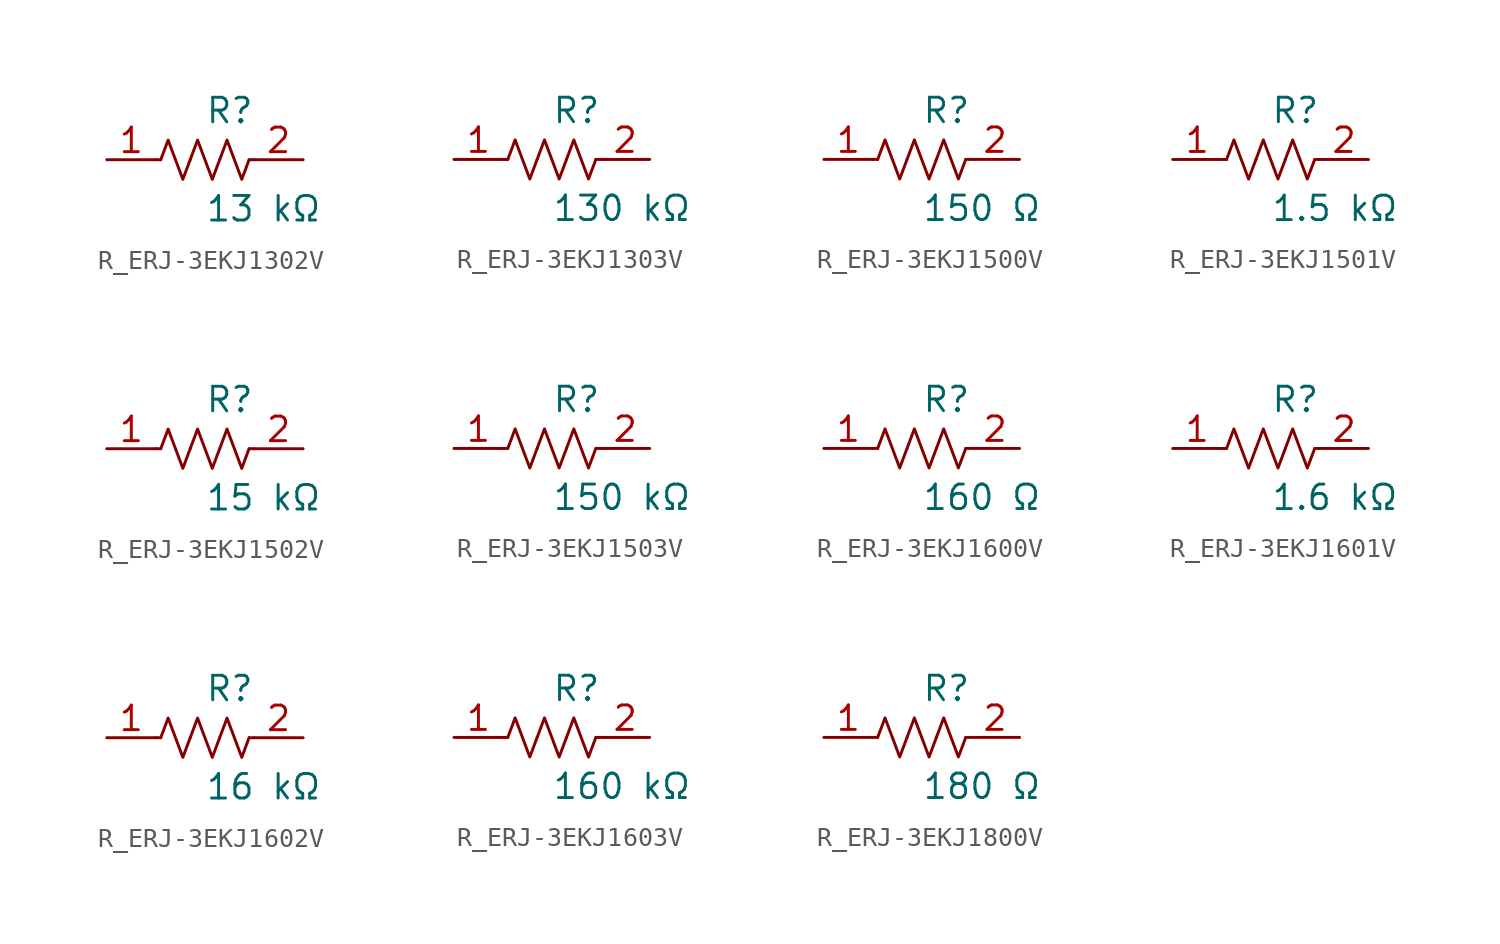
<source format=kicad_sym>
(kicad_symbol_lib
  (version 20231120)
  (generator kicad_symbol_editor)
  (generator_version 8.0)
  (symbol "R_ERJ-3EKJ1302V"
    (pin_names
      (offset 0.254))
    (property "Reference" "R"
      (at 0.0 2.54 0)
      (effects (font (size 1.27 1.27)) (justify left)))
    (property "Value" "13 kΩ"
      (at 0.0 -2.54 0)
      (effects (font (size 1.27 1.27)) (justify left)))
    (symbol "R_ERJ-3EKJ1302V_0_1"
      (polyline (pts (xy 2.286 0) (xy 2.54 0)) (stroke (width 0) (type default)) (fill (type none)))
      (polyline (pts (xy -2.286 0) (xy -2.54 0)) (stroke (width 0) (type default)) (fill (type none)))
      (polyline (pts (xy 0.762 0) (xy 1.143 1.016) (xy 1.524 0) (xy 1.905 -1.016) (xy 2.286 0)) (stroke (width 0) (type default)) (fill (type none)))
      (polyline (pts (xy -0.762 0) (xy -0.381 1.016) (xy 0 0) (xy 0.381 -1.016) (xy 0.762 0)) (stroke (width 0) (type default)) (fill (type none)))
      (polyline (pts (xy -2.286 0) (xy -1.905 1.016) (xy -1.524 0) (xy -1.143 -1.016) (xy -0.762 0)) (stroke (width 0) (type default)) (fill (type none))))
    (pin unspecified line
      (at -5.08 0 0)
      (length 2.54)
      (name "" (effects (font (size 1.27 1.27))))
      (number "1" (effects (font (size 1.27 1.27)))))
    (pin unspecified line
      (at 5.08 0 180)
      (length 2.54)
      (name "" (effects (font (size 1.27 1.27))))
      (number "2" (effects (font (size 1.27 1.27))))))
  (symbol "R_ERJ-3EKJ1303V"
    (pin_names
      (offset 0.254))
    (property "Reference" "R"
      (at 0.0 2.54 0)
      (effects (font (size 1.27 1.27)) (justify left)))
    (property "Value" "130 kΩ"
      (at 0.0 -2.54 0)
      (effects (font (size 1.27 1.27)) (justify left)))
    (symbol "R_ERJ-3EKJ1303V_0_1"
      (polyline (pts (xy 2.286 0) (xy 2.54 0)) (stroke (width 0) (type default)) (fill (type none)))
      (polyline (pts (xy -2.286 0) (xy -2.54 0)) (stroke (width 0) (type default)) (fill (type none)))
      (polyline (pts (xy 0.762 0) (xy 1.143 1.016) (xy 1.524 0) (xy 1.905 -1.016) (xy 2.286 0)) (stroke (width 0) (type default)) (fill (type none)))
      (polyline (pts (xy -0.762 0) (xy -0.381 1.016) (xy 0 0) (xy 0.381 -1.016) (xy 0.762 0)) (stroke (width 0) (type default)) (fill (type none)))
      (polyline (pts (xy -2.286 0) (xy -1.905 1.016) (xy -1.524 0) (xy -1.143 -1.016) (xy -0.762 0)) (stroke (width 0) (type default)) (fill (type none))))
    (pin unspecified line
      (at -5.08 0 0)
      (length 2.54)
      (name "" (effects (font (size 1.27 1.27))))
      (number "1" (effects (font (size 1.27 1.27)))))
    (pin unspecified line
      (at 5.08 0 180)
      (length 2.54)
      (name "" (effects (font (size 1.27 1.27))))
      (number "2" (effects (font (size 1.27 1.27))))))
  (symbol "R_ERJ-3EKJ1500V"
    (pin_names
      (offset 0.254))
    (property "Reference" "R"
      (at 0.0 2.54 0)
      (effects (font (size 1.27 1.27)) (justify left)))
    (property "Value" "150 Ω"
      (at 0.0 -2.54 0)
      (effects (font (size 1.27 1.27)) (justify left)))
    (symbol "R_ERJ-3EKJ1500V_0_1"
      (polyline (pts (xy 2.286 0) (xy 2.54 0)) (stroke (width 0) (type default)) (fill (type none)))
      (polyline (pts (xy -2.286 0) (xy -2.54 0)) (stroke (width 0) (type default)) (fill (type none)))
      (polyline (pts (xy 0.762 0) (xy 1.143 1.016) (xy 1.524 0) (xy 1.905 -1.016) (xy 2.286 0)) (stroke (width 0) (type default)) (fill (type none)))
      (polyline (pts (xy -0.762 0) (xy -0.381 1.016) (xy 0 0) (xy 0.381 -1.016) (xy 0.762 0)) (stroke (width 0) (type default)) (fill (type none)))
      (polyline (pts (xy -2.286 0) (xy -1.905 1.016) (xy -1.524 0) (xy -1.143 -1.016) (xy -0.762 0)) (stroke (width 0) (type default)) (fill (type none))))
    (pin unspecified line
      (at -5.08 0 0)
      (length 2.54)
      (name "" (effects (font (size 1.27 1.27))))
      (number "1" (effects (font (size 1.27 1.27)))))
    (pin unspecified line
      (at 5.08 0 180)
      (length 2.54)
      (name "" (effects (font (size 1.27 1.27))))
      (number "2" (effects (font (size 1.27 1.27))))))
  (symbol "R_ERJ-3EKJ1501V"
    (pin_names
      (offset 0.254))
    (property "Reference" "R"
      (at 0.0 2.54 0)
      (effects (font (size 1.27 1.27)) (justify left)))
    (property "Value" "1.5 kΩ"
      (at 0.0 -2.54 0)
      (effects (font (size 1.27 1.27)) (justify left)))
    (symbol "R_ERJ-3EKJ1501V_0_1"
      (polyline (pts (xy 2.286 0) (xy 2.54 0)) (stroke (width 0) (type default)) (fill (type none)))
      (polyline (pts (xy -2.286 0) (xy -2.54 0)) (stroke (width 0) (type default)) (fill (type none)))
      (polyline (pts (xy 0.762 0) (xy 1.143 1.016) (xy 1.524 0) (xy 1.905 -1.016) (xy 2.286 0)) (stroke (width 0) (type default)) (fill (type none)))
      (polyline (pts (xy -0.762 0) (xy -0.381 1.016) (xy 0 0) (xy 0.381 -1.016) (xy 0.762 0)) (stroke (width 0) (type default)) (fill (type none)))
      (polyline (pts (xy -2.286 0) (xy -1.905 1.016) (xy -1.524 0) (xy -1.143 -1.016) (xy -0.762 0)) (stroke (width 0) (type default)) (fill (type none))))
    (pin unspecified line
      (at -5.08 0 0)
      (length 2.54)
      (name "" (effects (font (size 1.27 1.27))))
      (number "1" (effects (font (size 1.27 1.27)))))
    (pin unspecified line
      (at 5.08 0 180)
      (length 2.54)
      (name "" (effects (font (size 1.27 1.27))))
      (number "2" (effects (font (size 1.27 1.27))))))
  (symbol "R_ERJ-3EKJ1502V"
    (pin_names
      (offset 0.254))
    (property "Reference" "R"
      (at 0.0 2.54 0)
      (effects (font (size 1.27 1.27)) (justify left)))
    (property "Value" "15 kΩ"
      (at 0.0 -2.54 0)
      (effects (font (size 1.27 1.27)) (justify left)))
    (symbol "R_ERJ-3EKJ1502V_0_1"
      (polyline (pts (xy 2.286 0) (xy 2.54 0)) (stroke (width 0) (type default)) (fill (type none)))
      (polyline (pts (xy -2.286 0) (xy -2.54 0)) (stroke (width 0) (type default)) (fill (type none)))
      (polyline (pts (xy 0.762 0) (xy 1.143 1.016) (xy 1.524 0) (xy 1.905 -1.016) (xy 2.286 0)) (stroke (width 0) (type default)) (fill (type none)))
      (polyline (pts (xy -0.762 0) (xy -0.381 1.016) (xy 0 0) (xy 0.381 -1.016) (xy 0.762 0)) (stroke (width 0) (type default)) (fill (type none)))
      (polyline (pts (xy -2.286 0) (xy -1.905 1.016) (xy -1.524 0) (xy -1.143 -1.016) (xy -0.762 0)) (stroke (width 0) (type default)) (fill (type none))))
    (pin unspecified line
      (at -5.08 0 0)
      (length 2.54)
      (name "" (effects (font (size 1.27 1.27))))
      (number "1" (effects (font (size 1.27 1.27)))))
    (pin unspecified line
      (at 5.08 0 180)
      (length 2.54)
      (name "" (effects (font (size 1.27 1.27))))
      (number "2" (effects (font (size 1.27 1.27))))))
  (symbol "R_ERJ-3EKJ1503V"
    (pin_names
      (offset 0.254))
    (property "Reference" "R"
      (at 0.0 2.54 0)
      (effects (font (size 1.27 1.27)) (justify left)))
    (property "Value" "150 kΩ"
      (at 0.0 -2.54 0)
      (effects (font (size 1.27 1.27)) (justify left)))
    (symbol "R_ERJ-3EKJ1503V_0_1"
      (polyline (pts (xy 2.286 0) (xy 2.54 0)) (stroke (width 0) (type default)) (fill (type none)))
      (polyline (pts (xy -2.286 0) (xy -2.54 0)) (stroke (width 0) (type default)) (fill (type none)))
      (polyline (pts (xy 0.762 0) (xy 1.143 1.016) (xy 1.524 0) (xy 1.905 -1.016) (xy 2.286 0)) (stroke (width 0) (type default)) (fill (type none)))
      (polyline (pts (xy -0.762 0) (xy -0.381 1.016) (xy 0 0) (xy 0.381 -1.016) (xy 0.762 0)) (stroke (width 0) (type default)) (fill (type none)))
      (polyline (pts (xy -2.286 0) (xy -1.905 1.016) (xy -1.524 0) (xy -1.143 -1.016) (xy -0.762 0)) (stroke (width 0) (type default)) (fill (type none))))
    (pin unspecified line
      (at -5.08 0 0)
      (length 2.54)
      (name "" (effects (font (size 1.27 1.27))))
      (number "1" (effects (font (size 1.27 1.27)))))
    (pin unspecified line
      (at 5.08 0 180)
      (length 2.54)
      (name "" (effects (font (size 1.27 1.27))))
      (number "2" (effects (font (size 1.27 1.27))))))
  (symbol "R_ERJ-3EKJ1600V"
    (pin_names
      (offset 0.254))
    (property "Reference" "R"
      (at 0.0 2.54 0)
      (effects (font (size 1.27 1.27)) (justify left)))
    (property "Value" "160 Ω"
      (at 0.0 -2.54 0)
      (effects (font (size 1.27 1.27)) (justify left)))
    (symbol "R_ERJ-3EKJ1600V_0_1"
      (polyline (pts (xy 2.286 0) (xy 2.54 0)) (stroke (width 0) (type default)) (fill (type none)))
      (polyline (pts (xy -2.286 0) (xy -2.54 0)) (stroke (width 0) (type default)) (fill (type none)))
      (polyline (pts (xy 0.762 0) (xy 1.143 1.016) (xy 1.524 0) (xy 1.905 -1.016) (xy 2.286 0)) (stroke (width 0) (type default)) (fill (type none)))
      (polyline (pts (xy -0.762 0) (xy -0.381 1.016) (xy 0 0) (xy 0.381 -1.016) (xy 0.762 0)) (stroke (width 0) (type default)) (fill (type none)))
      (polyline (pts (xy -2.286 0) (xy -1.905 1.016) (xy -1.524 0) (xy -1.143 -1.016) (xy -0.762 0)) (stroke (width 0) (type default)) (fill (type none))))
    (pin unspecified line
      (at -5.08 0 0)
      (length 2.54)
      (name "" (effects (font (size 1.27 1.27))))
      (number "1" (effects (font (size 1.27 1.27)))))
    (pin unspecified line
      (at 5.08 0 180)
      (length 2.54)
      (name "" (effects (font (size 1.27 1.27))))
      (number "2" (effects (font (size 1.27 1.27))))))
  (symbol "R_ERJ-3EKJ1601V"
    (pin_names
      (offset 0.254))
    (property "Reference" "R"
      (at 0.0 2.54 0)
      (effects (font (size 1.27 1.27)) (justify left)))
    (property "Value" "1.6 kΩ"
      (at 0.0 -2.54 0)
      (effects (font (size 1.27 1.27)) (justify left)))
    (symbol "R_ERJ-3EKJ1601V_0_1"
      (polyline (pts (xy 2.286 0) (xy 2.54 0)) (stroke (width 0) (type default)) (fill (type none)))
      (polyline (pts (xy -2.286 0) (xy -2.54 0)) (stroke (width 0) (type default)) (fill (type none)))
      (polyline (pts (xy 0.762 0) (xy 1.143 1.016) (xy 1.524 0) (xy 1.905 -1.016) (xy 2.286 0)) (stroke (width 0) (type default)) (fill (type none)))
      (polyline (pts (xy -0.762 0) (xy -0.381 1.016) (xy 0 0) (xy 0.381 -1.016) (xy 0.762 0)) (stroke (width 0) (type default)) (fill (type none)))
      (polyline (pts (xy -2.286 0) (xy -1.905 1.016) (xy -1.524 0) (xy -1.143 -1.016) (xy -0.762 0)) (stroke (width 0) (type default)) (fill (type none))))
    (pin unspecified line
      (at -5.08 0 0)
      (length 2.54)
      (name "" (effects (font (size 1.27 1.27))))
      (number "1" (effects (font (size 1.27 1.27)))))
    (pin unspecified line
      (at 5.08 0 180)
      (length 2.54)
      (name "" (effects (font (size 1.27 1.27))))
      (number "2" (effects (font (size 1.27 1.27))))))
  (symbol "R_ERJ-3EKJ1602V"
    (pin_names
      (offset 0.254))
    (property "Reference" "R"
      (at 0.0 2.54 0)
      (effects (font (size 1.27 1.27)) (justify left)))
    (property "Value" "16 kΩ"
      (at 0.0 -2.54 0)
      (effects (font (size 1.27 1.27)) (justify left)))
    (symbol "R_ERJ-3EKJ1602V_0_1"
      (polyline (pts (xy 2.286 0) (xy 2.54 0)) (stroke (width 0) (type default)) (fill (type none)))
      (polyline (pts (xy -2.286 0) (xy -2.54 0)) (stroke (width 0) (type default)) (fill (type none)))
      (polyline (pts (xy 0.762 0) (xy 1.143 1.016) (xy 1.524 0) (xy 1.905 -1.016) (xy 2.286 0)) (stroke (width 0) (type default)) (fill (type none)))
      (polyline (pts (xy -0.762 0) (xy -0.381 1.016) (xy 0 0) (xy 0.381 -1.016) (xy 0.762 0)) (stroke (width 0) (type default)) (fill (type none)))
      (polyline (pts (xy -2.286 0) (xy -1.905 1.016) (xy -1.524 0) (xy -1.143 -1.016) (xy -0.762 0)) (stroke (width 0) (type default)) (fill (type none))))
    (pin unspecified line
      (at -5.08 0 0)
      (length 2.54)
      (name "" (effects (font (size 1.27 1.27))))
      (number "1" (effects (font (size 1.27 1.27)))))
    (pin unspecified line
      (at 5.08 0 180)
      (length 2.54)
      (name "" (effects (font (size 1.27 1.27))))
      (number "2" (effects (font (size 1.27 1.27))))))
  (symbol "R_ERJ-3EKJ1603V"
    (pin_names
      (offset 0.254))
    (property "Reference" "R"
      (at 0.0 2.54 0)
      (effects (font (size 1.27 1.27)) (justify left)))
    (property "Value" "160 kΩ"
      (at 0.0 -2.54 0)
      (effects (font (size 1.27 1.27)) (justify left)))
    (symbol "R_ERJ-3EKJ1603V_0_1"
      (polyline (pts (xy 2.286 0) (xy 2.54 0)) (stroke (width 0) (type default)) (fill (type none)))
      (polyline (pts (xy -2.286 0) (xy -2.54 0)) (stroke (width 0) (type default)) (fill (type none)))
      (polyline (pts (xy 0.762 0) (xy 1.143 1.016) (xy 1.524 0) (xy 1.905 -1.016) (xy 2.286 0)) (stroke (width 0) (type default)) (fill (type none)))
      (polyline (pts (xy -0.762 0) (xy -0.381 1.016) (xy 0 0) (xy 0.381 -1.016) (xy 0.762 0)) (stroke (width 0) (type default)) (fill (type none)))
      (polyline (pts (xy -2.286 0) (xy -1.905 1.016) (xy -1.524 0) (xy -1.143 -1.016) (xy -0.762 0)) (stroke (width 0) (type default)) (fill (type none))))
    (pin unspecified line
      (at -5.08 0 0)
      (length 2.54)
      (name "" (effects (font (size 1.27 1.27))))
      (number "1" (effects (font (size 1.27 1.27)))))
    (pin unspecified line
      (at 5.08 0 180)
      (length 2.54)
      (name "" (effects (font (size 1.27 1.27))))
      (number "2" (effects (font (size 1.27 1.27))))))
  (symbol "R_ERJ-3EKJ1800V"
    (pin_names
      (offset 0.254))
    (property "Reference" "R"
      (at 0.0 2.54 0)
      (effects (font (size 1.27 1.27)) (justify left)))
    (property "Value" "180 Ω"
      (at 0.0 -2.54 0)
      (effects (font (size 1.27 1.27)) (justify left)))
    (symbol "R_ERJ-3EKJ1800V_0_1"
      (polyline (pts (xy 2.286 0) (xy 2.54 0)) (stroke (width 0) (type default)) (fill (type none)))
      (polyline (pts (xy -2.286 0) (xy -2.54 0)) (stroke (width 0) (type default)) (fill (type none)))
      (polyline (pts (xy 0.762 0) (xy 1.143 1.016) (xy 1.524 0) (xy 1.905 -1.016) (xy 2.286 0)) (stroke (width 0) (type default)) (fill (type none)))
      (polyline (pts (xy -0.762 0) (xy -0.381 1.016) (xy 0 0) (xy 0.381 -1.016) (xy 0.762 0)) (stroke (width 0) (type default)) (fill (type none)))
      (polyline (pts (xy -2.286 0) (xy -1.905 1.016) (xy -1.524 0) (xy -1.143 -1.016) (xy -0.762 0)) (stroke (width 0) (type default)) (fill (type none))))
    (pin unspecified line
      (at -5.08 0 0)
      (length 2.54)
      (name "" (effects (font (size 1.27 1.27))))
      (number "1" (effects (font (size 1.27 1.27)))))
    (pin unspecified line
      (at 5.08 0 180)
      (length 2.54)
      (name "" (effects (font (size 1.27 1.27))))
      (number "2" (effects (font (size 1.27 1.27)))))))
</source>
